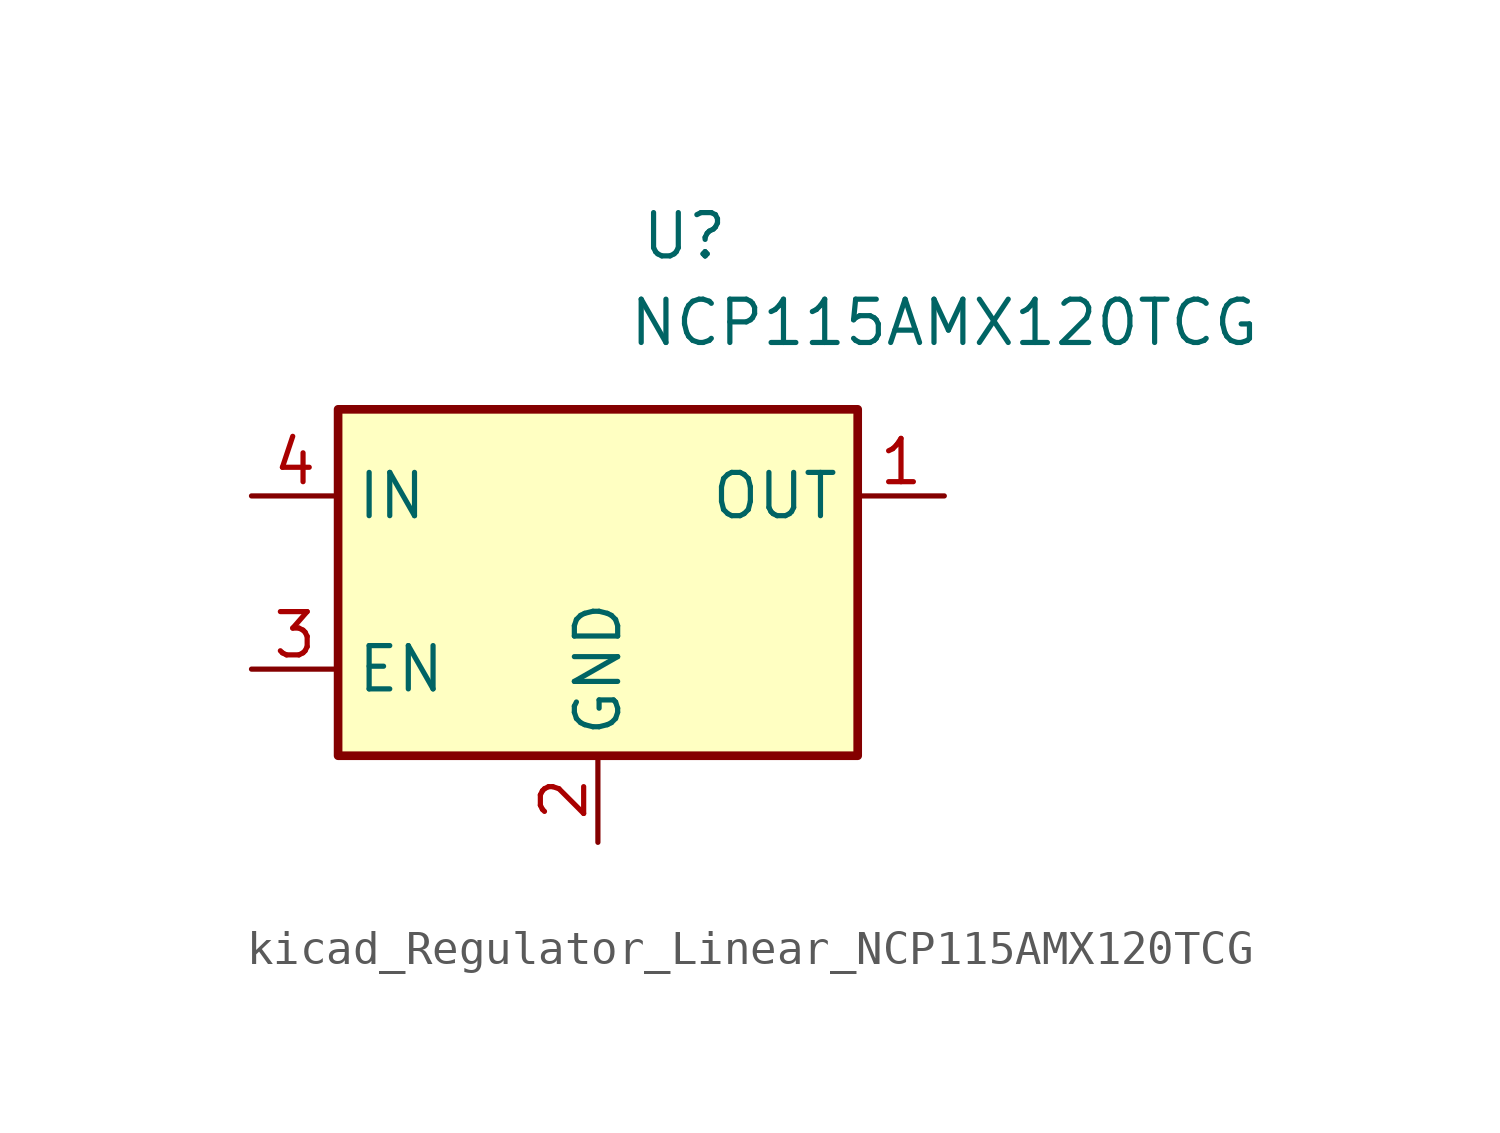
<source format=kicad_sym>
(kicad_symbol_lib
  (version 20220914)
  (generator kicad_symbol_editor)
  (symbol "kicad_Regulator_Linear_NCP115AMX120TCG"
    (property "Reference" "U"
      (at 2.54 10.16 0)
      (effects (font (size 1.27 1.27))))
    (property "Value" "NCP115AMX120TCG"
      (at 10.16 7.62 0)
      (effects (font (size 1.27 1.27))))
    (symbol "kicad_Regulator_Linear_NCP115AMX120TCG_0_1"
      (rectangle (start -7.62 5.08) (end 7.62 -5.08) (stroke (width 0.254) (type default)) (fill (type background))))
    (symbol "kicad_Regulator_Linear_NCP115AMX120TCG_1_1"
      (pin power_out line (at 10.16 2.54 180) (length 2.54) (name "OUT" (effects (font (size 1.27 1.27)))) (number "1" (effects (font (size 1.27 1.27)))))
      (pin power_in line (at 0 -7.62 90) (length 2.54) (name "GND" (effects (font (size 1.27 1.27)))) (number "2" (effects (font (size 1.27 1.27)))))
      (pin input line (at -10.16 -2.54 0) (length 2.54) (name "EN" (effects (font (size 1.27 1.27)))) (number "3" (effects (font (size 1.27 1.27)))))
      (pin power_in line (at -10.16 2.54 0) (length 2.54) (name "IN" (effects (font (size 1.27 1.27)))) (number "4" (effects (font (size 1.27 1.27)))))
      (pin passive line (at 0 -7.62 90) (length 2.54) hide (name "GND" (effects (font (size 1.27 1.27)))) (number "5" (effects (font (size 1.27 1.27))))))))
</source>
